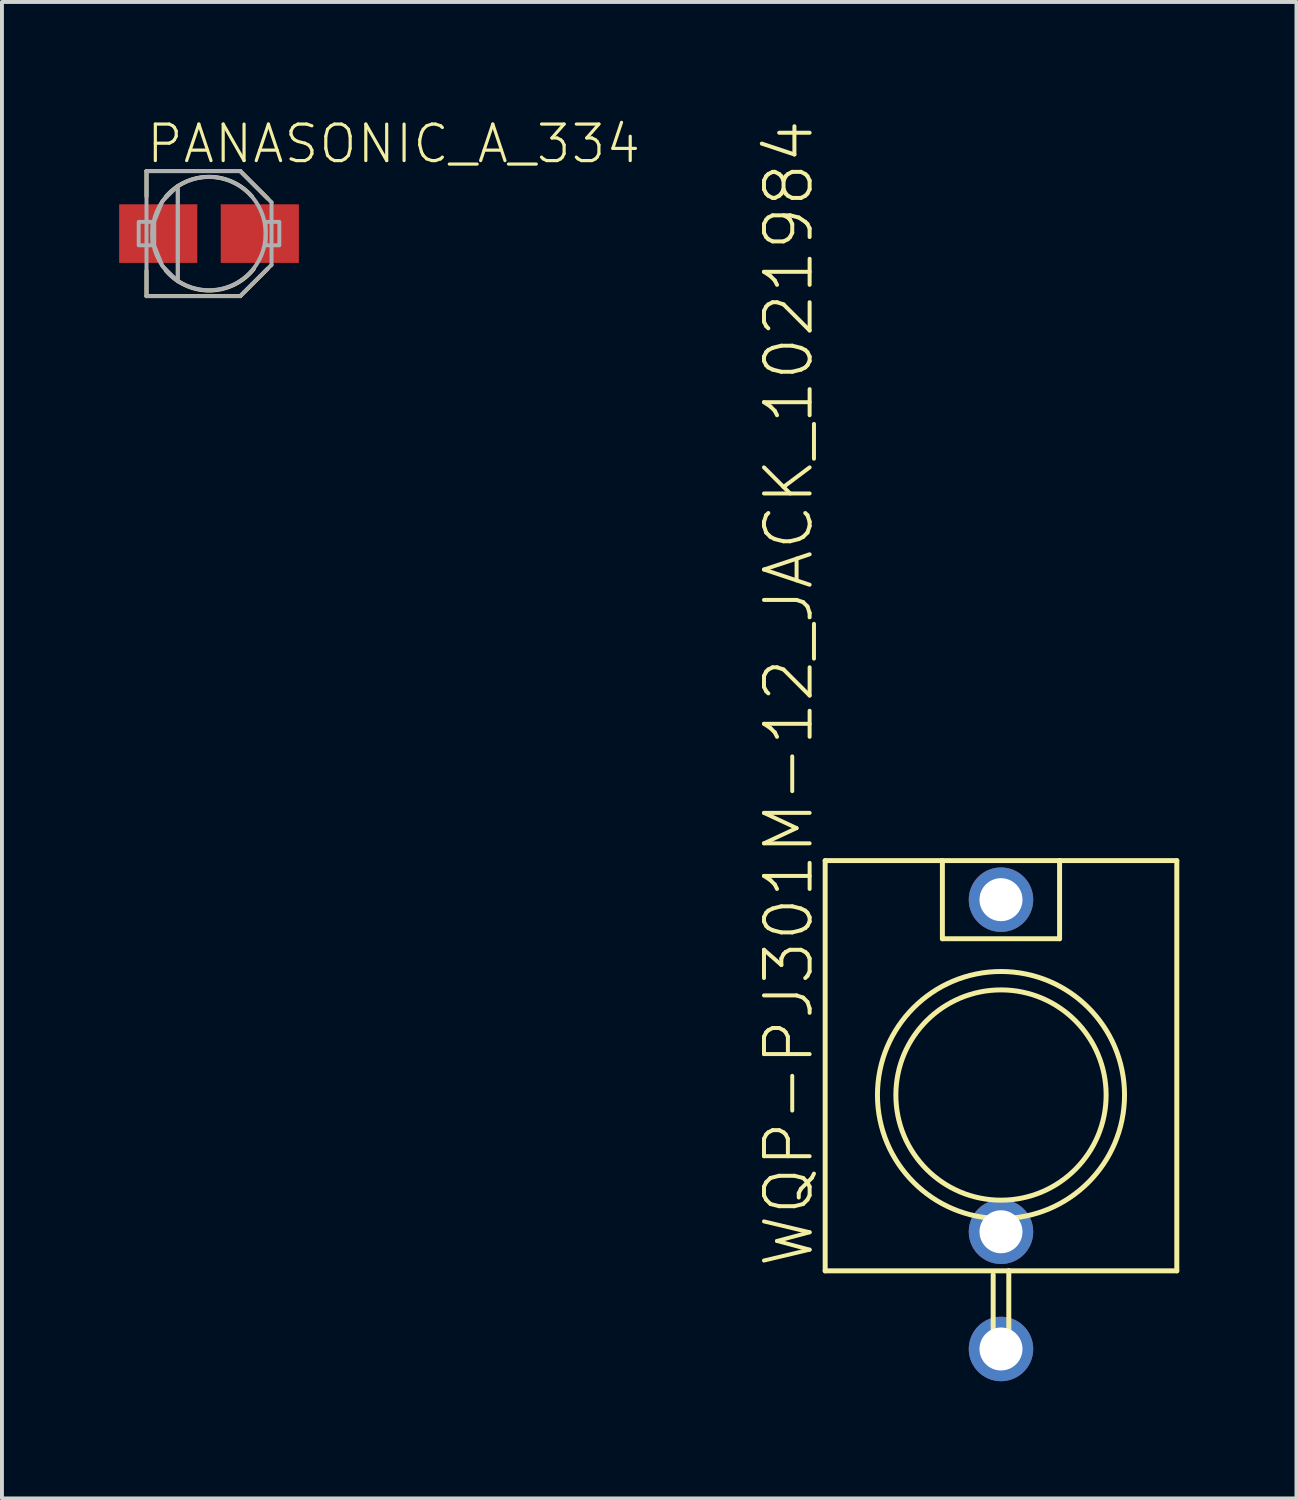
<source format=kicad_pcb>
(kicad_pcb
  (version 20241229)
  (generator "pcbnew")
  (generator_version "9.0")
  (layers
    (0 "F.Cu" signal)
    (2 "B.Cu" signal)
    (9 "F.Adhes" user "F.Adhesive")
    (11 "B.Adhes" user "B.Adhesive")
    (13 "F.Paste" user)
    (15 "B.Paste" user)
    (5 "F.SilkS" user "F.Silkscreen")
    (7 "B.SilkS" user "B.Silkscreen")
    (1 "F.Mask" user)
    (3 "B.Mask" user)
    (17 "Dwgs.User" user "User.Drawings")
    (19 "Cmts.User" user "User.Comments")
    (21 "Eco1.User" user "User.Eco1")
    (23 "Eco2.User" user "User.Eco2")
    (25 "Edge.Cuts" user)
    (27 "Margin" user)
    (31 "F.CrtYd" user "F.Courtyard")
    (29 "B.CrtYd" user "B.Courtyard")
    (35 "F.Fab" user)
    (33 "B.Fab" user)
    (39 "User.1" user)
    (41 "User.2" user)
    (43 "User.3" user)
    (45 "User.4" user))
  (footprint "PANASONIC_A_334"
    (layer "F.Cu")
    (at 2.3 2.929)
    (property "Reference" "PANASONIC_A_334" (at -1.65 -1.75 0) (unlocked yes) (layer "F.SilkS") (effects (font (size 0.935 0.935) (thickness 0.081)) (justify left bottom)))
    (fp_line (start -1.6 -1.6) (end 0.8 -1.6) (stroke (width 0.102) (type solid)) (layer "F.SilkS"))
    (fp_line (start -1.6 -0.95) (end -1.6 -1.6) (stroke (width 0.102) (type solid)) (layer "F.SilkS"))
    (fp_line (start -1.6 1.6) (end -1.6 0.95) (stroke (width 0.102) (type solid)) (layer "F.SilkS"))
    (fp_line (start 0.8 -1.6) (end 1.5 -0.9) (stroke (width 0.102) (type solid)) (layer "F.SilkS"))
    (fp_line (start 0.8 1.6) (end -1.6 1.6) (stroke (width 0.102) (type solid)) (layer "F.SilkS"))
    (fp_line (start 1.5 0.9) (end 0.8 1.6) (stroke (width 0.102) (type solid)) (layer "F.SilkS"))
    (fp_arc (start -1.1 -0.95) (mid 0 -1.453444) (end 1.1 -0.95) (stroke (width 0.1016) (type solid)) (layer "F.SilkS"))
    (fp_arc (start 1.149999 0.9) (mid 0.03681 1.456451) (end -1.1 0.95) (stroke (width 0.1016) (type solid)) (layer "F.SilkS"))
    (fp_line (start -1.6 -1.6) (end 0.8 -1.6) (stroke (width 0.102) (type solid)) (layer "F.Fab"))
    (fp_line (start -1.6 1.6) (end -1.6 -1.6) (stroke (width 0.102) (type solid)) (layer "F.Fab"))
    (fp_line (start -0.8 -1.2) (end -0.8 1.2) (stroke (width 0.102) (type solid)) (layer "F.Fab"))
    (fp_line (start 0.8 -1.6) (end 1.6 -0.8) (stroke (width 0.102) (type solid)) (layer "F.Fab"))
    (fp_line (start 0.8 1.6) (end -1.6 1.6) (stroke (width 0.102) (type solid)) (layer "F.Fab"))
    (fp_line (start 1.6 -0.8) (end 1.6 0.8) (stroke (width 0.102) (type solid)) (layer "F.Fab"))
    (fp_line (start 1.6 0.8) (end 0.8 1.6) (stroke (width 0.102) (type solid)) (layer "F.Fab"))
    (fp_circle (center 0 0) (end 1.45 0) (stroke (width 0.102) (type solid)) (fill no) (layer "F.Fab"))
    (fp_poly (pts (xy -1.8 0.3) (xy -1.45 0.3) (xy -1.45 -0.3) (xy -1.8 -0.3)) (stroke (width 0.1) (type default)) (fill no) (layer "F.Fab"))
    (fp_poly (pts (xy 1.45 0.3) (xy 1.8 0.3) (xy 1.8 -0.3) (xy 1.45 -0.3)) (stroke (width 0.1) (type default)) (fill no) (layer "F.Fab"))
    (fp_poly (pts (xy -0.799 1.223) (xy -1.193 0.829) (xy -1.401 0.31) (xy -1.401 -0.31) (xy -1.193 -0.829) (xy -0.799 -1.223)) (stroke (width 0.1) (type default)) (fill no) (layer "F.Fab"))
    (pad "+" smd rect (at 1.3 0) (size 2 1.5) (layers "F.Cu" "F.Mask" "F.Paste"))
    (pad "-" smd rect (at -1.3 0) (size 2 1.5) (layers "F.Cu" "F.Mask" "F.Paste")))
  (footprint "WQP-PJ301M-12_JACK_1021984"
    (layer "F.Cu")
    (at 22.571 24.978)
    (property "Reference" "WQP-PJ301M-12_JACK_1021984" (at -4.75 4.47 90) (unlocked yes) (layer "F.SilkS") (effects (font (size 1.168 1.168) (thickness 0.102)) (justify left bottom)))
    (fp_line (start -4.5 -6) (end -4.5 4.5) (stroke (width 0.127) (type solid)) (layer "F.SilkS"))
    (fp_line (start -4.5 -6) (end -1.5 -6) (stroke (width 0.127) (type solid)) (layer "F.SilkS"))
    (fp_line (start -4.5 4.5) (end 0.2 4.5) (stroke (width 0.127) (type solid)) (layer "F.SilkS"))
    (fp_line (start -1.5 -6) (end -1.5 -4) (stroke (width 0.127) (type solid)) (layer "F.SilkS"))
    (fp_line (start -1.5 -6) (end 1.5 -6) (stroke (width 0.127) (type solid)) (layer "F.SilkS"))
    (fp_line (start -1.5 -4) (end 1.5 -4) (stroke (width 0.127) (type solid)) (layer "F.SilkS"))
    (fp_line (start -0.2 4.6) (end -0.2 6.7) (stroke (width 0.127) (type solid)) (layer "F.SilkS"))
    (fp_line (start -0.2 6.7) (end 0.2 6.7) (stroke (width 0.127) (type solid)) (layer "F.SilkS"))
    (fp_line (start 0.2 4.5) (end 4.5 4.5) (stroke (width 0.127) (type solid)) (layer "F.SilkS"))
    (fp_line (start 0.2 6.7) (end 0.2 4.5) (stroke (width 0.127) (type solid)) (layer "F.SilkS"))
    (fp_line (start 1.5 -6) (end 4.5 -6) (stroke (width 0.127) (type solid)) (layer "F.SilkS"))
    (fp_line (start 1.5 -4) (end 1.5 -6) (stroke (width 0.127) (type solid)) (layer "F.SilkS"))
    (fp_line (start 4.5 4.5) (end 4.5 -6) (stroke (width 0.127) (type solid)) (layer "F.SilkS"))
    (fp_circle (center 0 0) (end 2.691 0) (stroke (width 0.127) (type solid)) (fill no) (layer "F.SilkS"))
    (fp_circle (center 0 0) (end 3.162 0) (stroke (width 0.127) (type solid)) (fill no) (layer "F.SilkS"))
    (pad "P$1" thru_hole circle (at 0 -5) (size 1.65 1.65) (drill 1.1) (layers "*.Cu" "*.Mask"))
    (pad "P$2" thru_hole circle (at 0 3.5) (size 1.65 1.65) (drill 1.1) (layers "*.Cu" "*.Mask"))
    (pad "P$3" thru_hole circle (at 0 6.5) (size 1.65 1.65) (drill 1.1) (layers "*.Cu" "*.Mask"))
    (zone (net_name "") (layer "F.Cu") (hatch edge 0.5) (connect_pads) (min_thickness 0.25) (filled_areas_thickness no) (keepout (tracks not_allowed) (vias not_allowed) (pads not_allowed) (copperpour not_allowed) (footprints allowed)) (placement (enabled no)) (fill) (polygon (pts (xy 19.771 27.778) (xy 25.371 27.778) (xy 25.371 22.178) (xy 19.771 22.178)))))
  (gr_rect
    (start -3 -3)
    (end 30.134 35.303)
    (stroke (width 0.1) (type default))
    (fill no)
    (layer "Edge.Cuts")))
</source>
